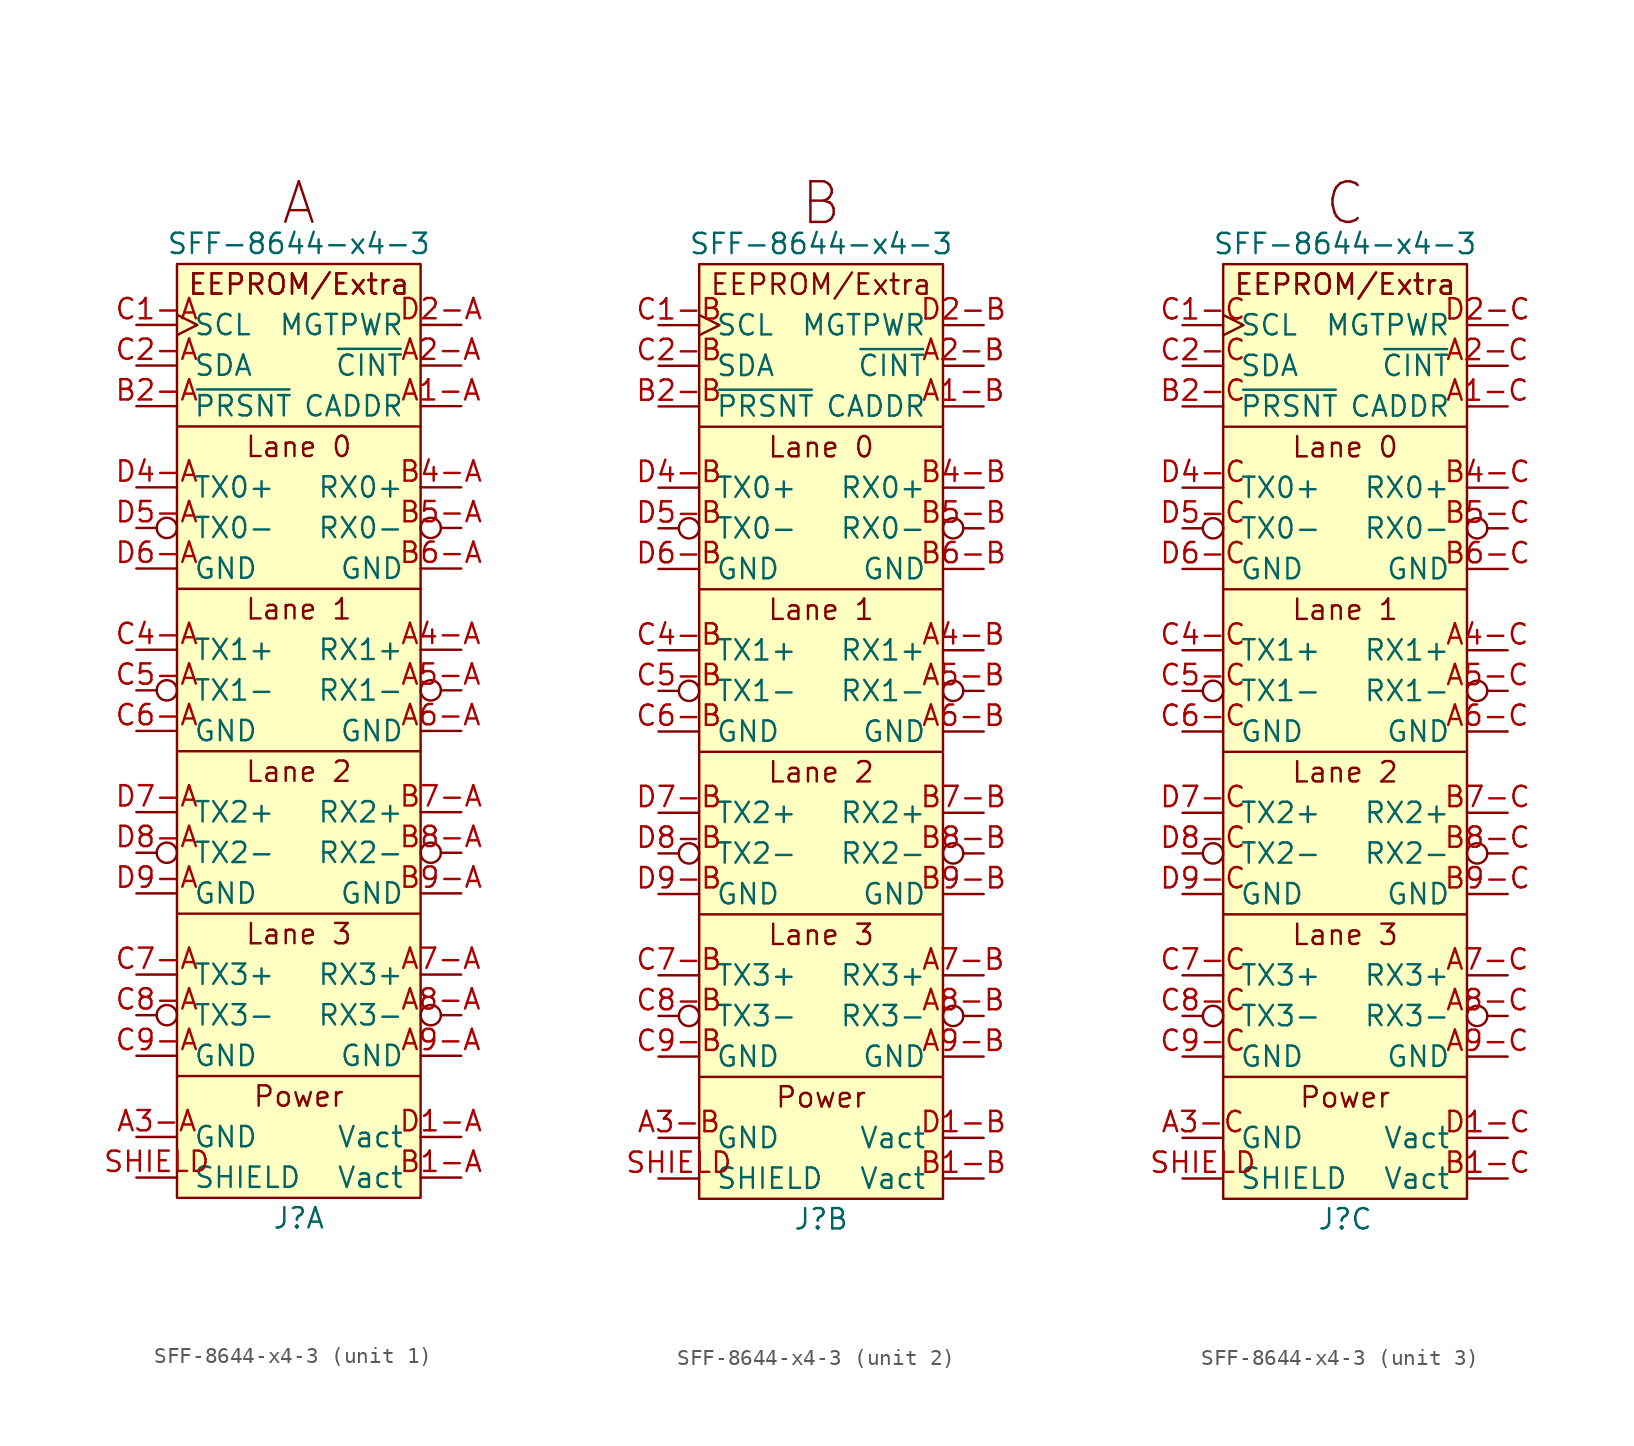
<source format=kicad_sym>
(kicad_symbol_lib
  (version 20201005)
  (generator kicad_symbol_editor)
  (symbol "lethalbit-pcie:SFF-8644-x4-3"
    (pin_names
      (offset 1.016))
    (property "Reference" "J"
      (at 0 -33.02 0)
      (effects (font (size 1.27 1.27))))
    (property "Value" "SFF-8644-x4-3"
      (at 0 27.94 0)
      (effects (font (size 1.27 1.27))))
    (property "ki_locked" ""
      (at 0 0 0)
      (effects (font (size 1.27 1.27))))
    (symbol "SFF-8644-x4-3_0_0"
      (text "EEPROM/Extra" (at 0 25.4 0) (effects (font (size 1.27 1.27))))
      (text "Lane 0" (at 0 15.24 0) (effects (font (size 1.27 1.27))))
      (text "Lane 1" (at 0 5.08 0) (effects (font (size 1.27 1.27))))
      (text "Lane 2" (at 0 -5.08 0) (effects (font (size 1.27 1.27))))
      (text "Lane 3" (at 0 -15.24 0) (effects (font (size 1.27 1.27))))
      (text "Power" (at 0 -25.4 0) (effects (font (size 1.27 1.27))))
      (polyline (pts (xy -7.62 -13.97) (xy 7.62 -13.97)) (stroke (width 0)) (fill (type none))))
    (symbol "SFF-8644-x4-3_0_1"
      (rectangle (start -7.62 26.67) (end 7.62 -31.75) (stroke (width 0)) (fill (type background))))
    (symbol "SFF-8644-x4-3_1_0"
      (text "A" (at 0 30.48 0) (effects (font (size 2.54 2.54)))))
    (symbol "SFF-8644-x4-3_1_1"
      (text "EEPROM/Extra" (at 0 25.4 0) (effects (font (size 1.27 1.27))))
      (polyline (pts (xy -7.62 -3.81) (xy 7.62 -3.81)) (stroke (width 0)) (fill (type none)))
      (polyline (pts (xy -7.62 6.35) (xy 7.62 6.35)) (stroke (width 0)) (fill (type none)))
      (polyline (pts (xy -7.62 16.51) (xy 7.62 16.51)) (stroke (width 0)) (fill (type none)))
      (polyline (pts (xy 7.62 -24.13) (xy -7.62 -24.13)) (stroke (width 0)) (fill (type none)))
      (pin input line (at 10.16 17.78 180) (length 2.54) (name "CADDR" (effects (font (size 1.27 1.27)))) (number "A1-A" (effects (font (size 1.27 1.27)))))
      (pin passive line (at 10.16 20.32 180) (length 2.54) (name "~CINT" (effects (font (size 1.27 1.27)))) (number "A2-A" (effects (font (size 1.27 1.27)))))
      (pin passive line (at -10.16 -27.94 0) (length 2.54) (name "GND" (effects (font (size 1.27 1.27)))) (number "A3-A" (effects (font (size 1.27 1.27)))))
      (pin output line (at 10.16 2.54 180) (length 2.54) (name "RX1+" (effects (font (size 1.27 1.27)))) (number "A4-A" (effects (font (size 1.27 1.27)))))
      (pin output inverted (at 10.16 0 180) (length 2.54) (name "RX1-" (effects (font (size 1.27 1.27)))) (number "A5-A" (effects (font (size 1.27 1.27)))))
      (pin passive line (at 10.16 -2.54 180) (length 2.54) (name "GND" (effects (font (size 1.27 1.27)))) (number "A6-A" (effects (font (size 1.27 1.27)))))
      (pin output line (at 10.16 -17.78 180) (length 2.54) (name "RX3+" (effects (font (size 1.27 1.27)))) (number "A7-A" (effects (font (size 1.27 1.27)))))
      (pin output inverted (at 10.16 -20.32 180) (length 2.54) (name "RX3-" (effects (font (size 1.27 1.27)))) (number "A8-A" (effects (font (size 1.27 1.27)))))
      (pin passive line (at 10.16 -22.86 180) (length 2.54) (name "GND" (effects (font (size 1.27 1.27)))) (number "A9-A" (effects (font (size 1.27 1.27)))))
      (pin passive line (at -10.16 17.78 0) (length 2.54) (name "~PRSNT" (effects (font (size 1.27 1.27)))) (number "B2-A" (effects (font (size 1.27 1.27)))))
      (pin passive line (at -10.16 -27.94 0) (length 2.54) hide (name "GND" (effects (font (size 1.27 1.27)))) (number "B3-A" (effects (font (size 1.27 1.27)))))
      (pin output line (at 10.16 12.7 180) (length 2.54) (name "RX0+" (effects (font (size 1.27 1.27)))) (number "B4-A" (effects (font (size 1.27 1.27)))))
      (pin output inverted (at 10.16 10.16 180) (length 2.54) (name "RX0-" (effects (font (size 1.27 1.27)))) (number "B5-A" (effects (font (size 1.27 1.27)))))
      (pin passive line (at 10.16 7.62 180) (length 2.54) (name "GND" (effects (font (size 1.27 1.27)))) (number "B6-A" (effects (font (size 1.27 1.27)))))
      (pin output line (at 10.16 -7.62 180) (length 2.54) (name "RX2+" (effects (font (size 1.27 1.27)))) (number "B7-A" (effects (font (size 1.27 1.27)))))
      (pin output inverted (at 10.16 -10.16 180) (length 2.54) (name "RX2-" (effects (font (size 1.27 1.27)))) (number "B8-A" (effects (font (size 1.27 1.27)))))
      (pin passive line (at 10.16 -12.7 180) (length 2.54) (name "GND" (effects (font (size 1.27 1.27)))) (number "B9-A" (effects (font (size 1.27 1.27)))))
      (pin input clock (at -10.16 22.86 0) (length 2.54) (name "SCL" (effects (font (size 1.27 1.27)))) (number "C1-A" (effects (font (size 1.27 1.27)))))
      (pin output line (at -10.16 20.32 0) (length 2.54) (name "SDA" (effects (font (size 1.27 1.27)))) (number "C2-A" (effects (font (size 1.27 1.27)))))
      (pin passive line (at -10.16 -27.94 0) (length 2.54) hide (name "GND" (effects (font (size 1.27 1.27)))) (number "C3-A" (effects (font (size 1.27 1.27)))))
      (pin input line (at -10.16 2.54 0) (length 2.54) (name "TX1+" (effects (font (size 1.27 1.27)))) (number "C4-A" (effects (font (size 1.27 1.27)))))
      (pin input inverted (at -10.16 0 0) (length 2.54) (name "TX1-" (effects (font (size 1.27 1.27)))) (number "C5-A" (effects (font (size 1.27 1.27)))))
      (pin passive line (at -10.16 -2.54 0) (length 2.54) (name "GND" (effects (font (size 1.27 1.27)))) (number "C6-A" (effects (font (size 1.27 1.27)))))
      (pin input line (at -10.16 -17.78 0) (length 2.54) (name "TX3+" (effects (font (size 1.27 1.27)))) (number "C7-A" (effects (font (size 1.27 1.27)))))
      (pin input inverted (at -10.16 -20.32 0) (length 2.54) (name "TX3-" (effects (font (size 1.27 1.27)))) (number "C8-A" (effects (font (size 1.27 1.27)))))
      (pin passive line (at -10.16 -22.86 0) (length 2.54) (name "GND" (effects (font (size 1.27 1.27)))) (number "C9-A" (effects (font (size 1.27 1.27)))))
      (pin power_out line (at 10.16 22.86 180) (length 2.54) (name "MGTPWR" (effects (font (size 1.27 1.27)))) (number "D2-A" (effects (font (size 1.27 1.27)))))
      (pin passive line (at -10.16 -27.94 0) (length 2.54) hide (name "GND" (effects (font (size 1.27 1.27)))) (number "D3-A" (effects (font (size 1.27 1.27)))))
      (pin input line (at -10.16 12.7 0) (length 2.54) (name "TX0+" (effects (font (size 1.27 1.27)))) (number "D4-A" (effects (font (size 1.27 1.27)))))
      (pin input inverted (at -10.16 10.16 0) (length 2.54) (name "TX0-" (effects (font (size 1.27 1.27)))) (number "D5-A" (effects (font (size 1.27 1.27)))))
      (pin passive line (at -10.16 7.62 0) (length 2.54) (name "GND" (effects (font (size 1.27 1.27)))) (number "D6-A" (effects (font (size 1.27 1.27)))))
      (pin input line (at -10.16 -7.62 0) (length 2.54) (name "TX2+" (effects (font (size 1.27 1.27)))) (number "D7-A" (effects (font (size 1.27 1.27)))))
      (pin input inverted (at -10.16 -10.16 0) (length 2.54) (name "TX2-" (effects (font (size 1.27 1.27)))) (number "D8-A" (effects (font (size 1.27 1.27)))))
      (pin passive line (at -10.16 -12.7 0) (length 2.54) (name "GND" (effects (font (size 1.27 1.27)))) (number "D9-A" (effects (font (size 1.27 1.27)))))
      (pin passive line (at -10.16 -30.48 0) (length 2.54) (name "SHIELD" (effects (font (size 1.27 1.27)))) (number "SHIELD" (effects (font (size 1.27 1.27)))))
      (pin passive line (at 10.16 -30.48 180) (length 2.54) (name "Vact" (effects (font (size 1.27 1.27)))) (number "B1-A" (effects (font (size 1.27 1.27)))))
      (pin passive line (at 10.16 -27.94 180) (length 2.54) (name "Vact" (effects (font (size 1.27 1.27)))) (number "D1-A" (effects (font (size 1.27 1.27))))))
    (symbol "SFF-8644-x4-3_2_1"
      (text "B" (at 0 30.48 0) (effects (font (size 2.54 2.54))))
      (polyline (pts (xy -7.62 -3.81) (xy 7.62 -3.81)) (stroke (width 0)) (fill (type none)))
      (polyline (pts (xy -7.62 6.35) (xy 7.62 6.35)) (stroke (width 0)) (fill (type none)))
      (polyline (pts (xy -7.62 16.51) (xy 7.62 16.51)) (stroke (width 0)) (fill (type none)))
      (polyline (pts (xy 7.62 -24.13) (xy -7.62 -24.13)) (stroke (width 0)) (fill (type none)))
      (pin input line (at 10.16 17.78 180) (length 2.54) (name "CADDR" (effects (font (size 1.27 1.27)))) (number "A1-B" (effects (font (size 1.27 1.27)))))
      (pin passive line (at 10.16 20.32 180) (length 2.54) (name "~CINT" (effects (font (size 1.27 1.27)))) (number "A2-B" (effects (font (size 1.27 1.27)))))
      (pin passive line (at -10.16 -27.94 0) (length 2.54) (name "GND" (effects (font (size 1.27 1.27)))) (number "A3-B" (effects (font (size 1.27 1.27)))))
      (pin output line (at 10.16 2.54 180) (length 2.54) (name "RX1+" (effects (font (size 1.27 1.27)))) (number "A4-B" (effects (font (size 1.27 1.27)))))
      (pin output inverted (at 10.16 0 180) (length 2.54) (name "RX1-" (effects (font (size 1.27 1.27)))) (number "A5-B" (effects (font (size 1.27 1.27)))))
      (pin passive line (at 10.16 -2.54 180) (length 2.54) (name "GND" (effects (font (size 1.27 1.27)))) (number "A6-B" (effects (font (size 1.27 1.27)))))
      (pin output line (at 10.16 -17.78 180) (length 2.54) (name "RX3+" (effects (font (size 1.27 1.27)))) (number "A7-B" (effects (font (size 1.27 1.27)))))
      (pin output inverted (at 10.16 -20.32 180) (length 2.54) (name "RX3-" (effects (font (size 1.27 1.27)))) (number "A8-B" (effects (font (size 1.27 1.27)))))
      (pin passive line (at 10.16 -22.86 180) (length 2.54) (name "GND" (effects (font (size 1.27 1.27)))) (number "A9-B" (effects (font (size 1.27 1.27)))))
      (pin passive line (at -10.16 17.78 0) (length 2.54) (name "~PRSNT" (effects (font (size 1.27 1.27)))) (number "B2-B" (effects (font (size 1.27 1.27)))))
      (pin passive line (at -10.16 -27.94 0) (length 2.54) hide (name "GND" (effects (font (size 1.27 1.27)))) (number "B3-B" (effects (font (size 1.27 1.27)))))
      (pin output line (at 10.16 12.7 180) (length 2.54) (name "RX0+" (effects (font (size 1.27 1.27)))) (number "B4-B" (effects (font (size 1.27 1.27)))))
      (pin output inverted (at 10.16 10.16 180) (length 2.54) (name "RX0-" (effects (font (size 1.27 1.27)))) (number "B5-B" (effects (font (size 1.27 1.27)))))
      (pin passive line (at 10.16 7.62 180) (length 2.54) (name "GND" (effects (font (size 1.27 1.27)))) (number "B6-B" (effects (font (size 1.27 1.27)))))
      (pin output line (at 10.16 -7.62 180) (length 2.54) (name "RX2+" (effects (font (size 1.27 1.27)))) (number "B7-B" (effects (font (size 1.27 1.27)))))
      (pin output inverted (at 10.16 -10.16 180) (length 2.54) (name "RX2-" (effects (font (size 1.27 1.27)))) (number "B8-B" (effects (font (size 1.27 1.27)))))
      (pin passive line (at 10.16 -12.7 180) (length 2.54) (name "GND" (effects (font (size 1.27 1.27)))) (number "B9-B" (effects (font (size 1.27 1.27)))))
      (pin input clock (at -10.16 22.86 0) (length 2.54) (name "SCL" (effects (font (size 1.27 1.27)))) (number "C1-B" (effects (font (size 1.27 1.27)))))
      (pin output line (at -10.16 20.32 0) (length 2.54) (name "SDA" (effects (font (size 1.27 1.27)))) (number "C2-B" (effects (font (size 1.27 1.27)))))
      (pin passive line (at -10.16 -27.94 0) (length 2.54) hide (name "GND" (effects (font (size 1.27 1.27)))) (number "C3-B" (effects (font (size 1.27 1.27)))))
      (pin input line (at -10.16 2.54 0) (length 2.54) (name "TX1+" (effects (font (size 1.27 1.27)))) (number "C4-B" (effects (font (size 1.27 1.27)))))
      (pin input inverted (at -10.16 0 0) (length 2.54) (name "TX1-" (effects (font (size 1.27 1.27)))) (number "C5-B" (effects (font (size 1.27 1.27)))))
      (pin passive line (at -10.16 -2.54 0) (length 2.54) (name "GND" (effects (font (size 1.27 1.27)))) (number "C6-B" (effects (font (size 1.27 1.27)))))
      (pin input line (at -10.16 -17.78 0) (length 2.54) (name "TX3+" (effects (font (size 1.27 1.27)))) (number "C7-B" (effects (font (size 1.27 1.27)))))
      (pin input inverted (at -10.16 -20.32 0) (length 2.54) (name "TX3-" (effects (font (size 1.27 1.27)))) (number "C8-B" (effects (font (size 1.27 1.27)))))
      (pin passive line (at -10.16 -22.86 0) (length 2.54) (name "GND" (effects (font (size 1.27 1.27)))) (number "C9-B" (effects (font (size 1.27 1.27)))))
      (pin power_in line (at 10.16 22.86 180) (length 2.54) (name "MGTPWR" (effects (font (size 1.27 1.27)))) (number "D2-B" (effects (font (size 1.27 1.27)))))
      (pin passive line (at -10.16 -27.94 0) (length 2.54) hide (name "GND" (effects (font (size 1.27 1.27)))) (number "D3-B" (effects (font (size 1.27 1.27)))))
      (pin input line (at -10.16 12.7 0) (length 2.54) (name "TX0+" (effects (font (size 1.27 1.27)))) (number "D4-B" (effects (font (size 1.27 1.27)))))
      (pin input inverted (at -10.16 10.16 0) (length 2.54) (name "TX0-" (effects (font (size 1.27 1.27)))) (number "D5-B" (effects (font (size 1.27 1.27)))))
      (pin passive line (at -10.16 7.62 0) (length 2.54) (name "GND" (effects (font (size 1.27 1.27)))) (number "D6-B" (effects (font (size 1.27 1.27)))))
      (pin input line (at -10.16 -7.62 0) (length 2.54) (name "TX2+" (effects (font (size 1.27 1.27)))) (number "D7-B" (effects (font (size 1.27 1.27)))))
      (pin input inverted (at -10.16 -10.16 0) (length 2.54) (name "TX2-" (effects (font (size 1.27 1.27)))) (number "D8-B" (effects (font (size 1.27 1.27)))))
      (pin passive line (at -10.16 -12.7 0) (length 2.54) (name "GND" (effects (font (size 1.27 1.27)))) (number "D9-B" (effects (font (size 1.27 1.27)))))
      (pin passive line (at -10.16 -30.48 0) (length 2.54) (name "SHIELD" (effects (font (size 1.27 1.27)))) (number "SHIELD" (effects (font (size 1.27 1.27)))))
      (pin passive line (at 10.16 -30.48 180) (length 2.54) (name "Vact" (effects (font (size 1.27 1.27)))) (number "B1-B" (effects (font (size 1.27 1.27)))))
      (pin passive line (at 10.16 -27.94 180) (length 2.54) (name "Vact" (effects (font (size 1.27 1.27)))) (number "D1-B" (effects (font (size 1.27 1.27))))))
    (symbol "SFF-8644-x4-3_3_0"
      (text "C" (at 0 30.48 0) (effects (font (size 2.54 2.54)))))
    (symbol "SFF-8644-x4-3_3_1"
      (text "EEPROM/Extra" (at 0 25.4 0) (effects (font (size 1.27 1.27))))
      (polyline (pts (xy -7.62 -3.81) (xy 7.62 -3.81)) (stroke (width 0)) (fill (type none)))
      (polyline (pts (xy -7.62 6.35) (xy 7.62 6.35)) (stroke (width 0)) (fill (type none)))
      (polyline (pts (xy -7.62 16.51) (xy 7.62 16.51)) (stroke (width 0)) (fill (type none)))
      (polyline (pts (xy 7.62 -24.13) (xy -7.62 -24.13)) (stroke (width 0)) (fill (type none)))
      (pin input line (at 10.16 17.78 180) (length 2.54) (name "CADDR" (effects (font (size 1.27 1.27)))) (number "A1-C" (effects (font (size 1.27 1.27)))))
      (pin passive line (at 10.16 20.32 180) (length 2.54) (name "~CINT" (effects (font (size 1.27 1.27)))) (number "A2-C" (effects (font (size 1.27 1.27)))))
      (pin passive line (at -10.16 -27.94 0) (length 2.54) (name "GND" (effects (font (size 1.27 1.27)))) (number "A3-C" (effects (font (size 1.27 1.27)))))
      (pin output line (at 10.16 2.54 180) (length 2.54) (name "RX1+" (effects (font (size 1.27 1.27)))) (number "A4-C" (effects (font (size 1.27 1.27)))))
      (pin output inverted (at 10.16 0 180) (length 2.54) (name "RX1-" (effects (font (size 1.27 1.27)))) (number "A5-C" (effects (font (size 1.27 1.27)))))
      (pin passive line (at 10.16 -2.54 180) (length 2.54) (name "GND" (effects (font (size 1.27 1.27)))) (number "A6-C" (effects (font (size 1.27 1.27)))))
      (pin output line (at 10.16 -17.78 180) (length 2.54) (name "RX3+" (effects (font (size 1.27 1.27)))) (number "A7-C" (effects (font (size 1.27 1.27)))))
      (pin output inverted (at 10.16 -20.32 180) (length 2.54) (name "RX3-" (effects (font (size 1.27 1.27)))) (number "A8-C" (effects (font (size 1.27 1.27)))))
      (pin passive line (at 10.16 -22.86 180) (length 2.54) (name "GND" (effects (font (size 1.27 1.27)))) (number "A9-C" (effects (font (size 1.27 1.27)))))
      (pin passive line (at -10.16 17.78 0) (length 2.54) (name "~PRSNT" (effects (font (size 1.27 1.27)))) (number "B2-C" (effects (font (size 1.27 1.27)))))
      (pin passive line (at -10.16 -27.94 0) (length 2.54) hide (name "GND" (effects (font (size 1.27 1.27)))) (number "B3-C" (effects (font (size 1.27 1.27)))))
      (pin output line (at 10.16 12.7 180) (length 2.54) (name "RX0+" (effects (font (size 1.27 1.27)))) (number "B4-C" (effects (font (size 1.27 1.27)))))
      (pin output inverted (at 10.16 10.16 180) (length 2.54) (name "RX0-" (effects (font (size 1.27 1.27)))) (number "B5-C" (effects (font (size 1.27 1.27)))))
      (pin passive line (at 10.16 7.62 180) (length 2.54) (name "GND" (effects (font (size 1.27 1.27)))) (number "B6-C" (effects (font (size 1.27 1.27)))))
      (pin output line (at 10.16 -7.62 180) (length 2.54) (name "RX2+" (effects (font (size 1.27 1.27)))) (number "B7-C" (effects (font (size 1.27 1.27)))))
      (pin output inverted (at 10.16 -10.16 180) (length 2.54) (name "RX2-" (effects (font (size 1.27 1.27)))) (number "B8-C" (effects (font (size 1.27 1.27)))))
      (pin passive line (at 10.16 -12.7 180) (length 2.54) (name "GND" (effects (font (size 1.27 1.27)))) (number "B9-C" (effects (font (size 1.27 1.27)))))
      (pin input clock (at -10.16 22.86 0) (length 2.54) (name "SCL" (effects (font (size 1.27 1.27)))) (number "C1-C" (effects (font (size 1.27 1.27)))))
      (pin output line (at -10.16 20.32 0) (length 2.54) (name "SDA" (effects (font (size 1.27 1.27)))) (number "C2-C" (effects (font (size 1.27 1.27)))))
      (pin passive line (at -10.16 -27.94 0) (length 2.54) hide (name "GND" (effects (font (size 1.27 1.27)))) (number "C3-C" (effects (font (size 1.27 1.27)))))
      (pin input line (at -10.16 2.54 0) (length 2.54) (name "TX1+" (effects (font (size 1.27 1.27)))) (number "C4-C" (effects (font (size 1.27 1.27)))))
      (pin input inverted (at -10.16 0 0) (length 2.54) (name "TX1-" (effects (font (size 1.27 1.27)))) (number "C5-C" (effects (font (size 1.27 1.27)))))
      (pin passive line (at -10.16 -2.54 0) (length 2.54) (name "GND" (effects (font (size 1.27 1.27)))) (number "C6-C" (effects (font (size 1.27 1.27)))))
      (pin input line (at -10.16 -17.78 0) (length 2.54) (name "TX3+" (effects (font (size 1.27 1.27)))) (number "C7-C" (effects (font (size 1.27 1.27)))))
      (pin input inverted (at -10.16 -20.32 0) (length 2.54) (name "TX3-" (effects (font (size 1.27 1.27)))) (number "C8-C" (effects (font (size 1.27 1.27)))))
      (pin passive line (at -10.16 -22.86 0) (length 2.54) (name "GND" (effects (font (size 1.27 1.27)))) (number "C9-C" (effects (font (size 1.27 1.27)))))
      (pin power_out line (at 10.16 22.86 180) (length 2.54) (name "MGTPWR" (effects (font (size 1.27 1.27)))) (number "D2-C" (effects (font (size 1.27 1.27)))))
      (pin passive line (at -10.16 -27.94 0) (length 2.54) hide (name "GND" (effects (font (size 1.27 1.27)))) (number "D3-C" (effects (font (size 1.27 1.27)))))
      (pin input line (at -10.16 12.7 0) (length 2.54) (name "TX0+" (effects (font (size 1.27 1.27)))) (number "D4-C" (effects (font (size 1.27 1.27)))))
      (pin input inverted (at -10.16 10.16 0) (length 2.54) (name "TX0-" (effects (font (size 1.27 1.27)))) (number "D5-C" (effects (font (size 1.27 1.27)))))
      (pin passive line (at -10.16 7.62 0) (length 2.54) (name "GND" (effects (font (size 1.27 1.27)))) (number "D6-C" (effects (font (size 1.27 1.27)))))
      (pin input line (at -10.16 -7.62 0) (length 2.54) (name "TX2+" (effects (font (size 1.27 1.27)))) (number "D7-C" (effects (font (size 1.27 1.27)))))
      (pin input inverted (at -10.16 -10.16 0) (length 2.54) (name "TX2-" (effects (font (size 1.27 1.27)))) (number "D8-C" (effects (font (size 1.27 1.27)))))
      (pin passive line (at -10.16 -12.7 0) (length 2.54) (name "GND" (effects (font (size 1.27 1.27)))) (number "D9-C" (effects (font (size 1.27 1.27)))))
      (pin passive line (at -10.16 -30.48 0) (length 2.54) (name "SHIELD" (effects (font (size 1.27 1.27)))) (number "SHIELD" (effects (font (size 1.27 1.27)))))
      (pin passive line (at 10.16 -30.48 180) (length 2.54) (name "Vact" (effects (font (size 1.27 1.27)))) (number "B1-C" (effects (font (size 1.27 1.27)))))
      (pin passive line (at 10.16 -27.94 180) (length 2.54) (name "Vact" (effects (font (size 1.27 1.27)))) (number "D1-C" (effects (font (size 1.27 1.27))))))))
</source>
